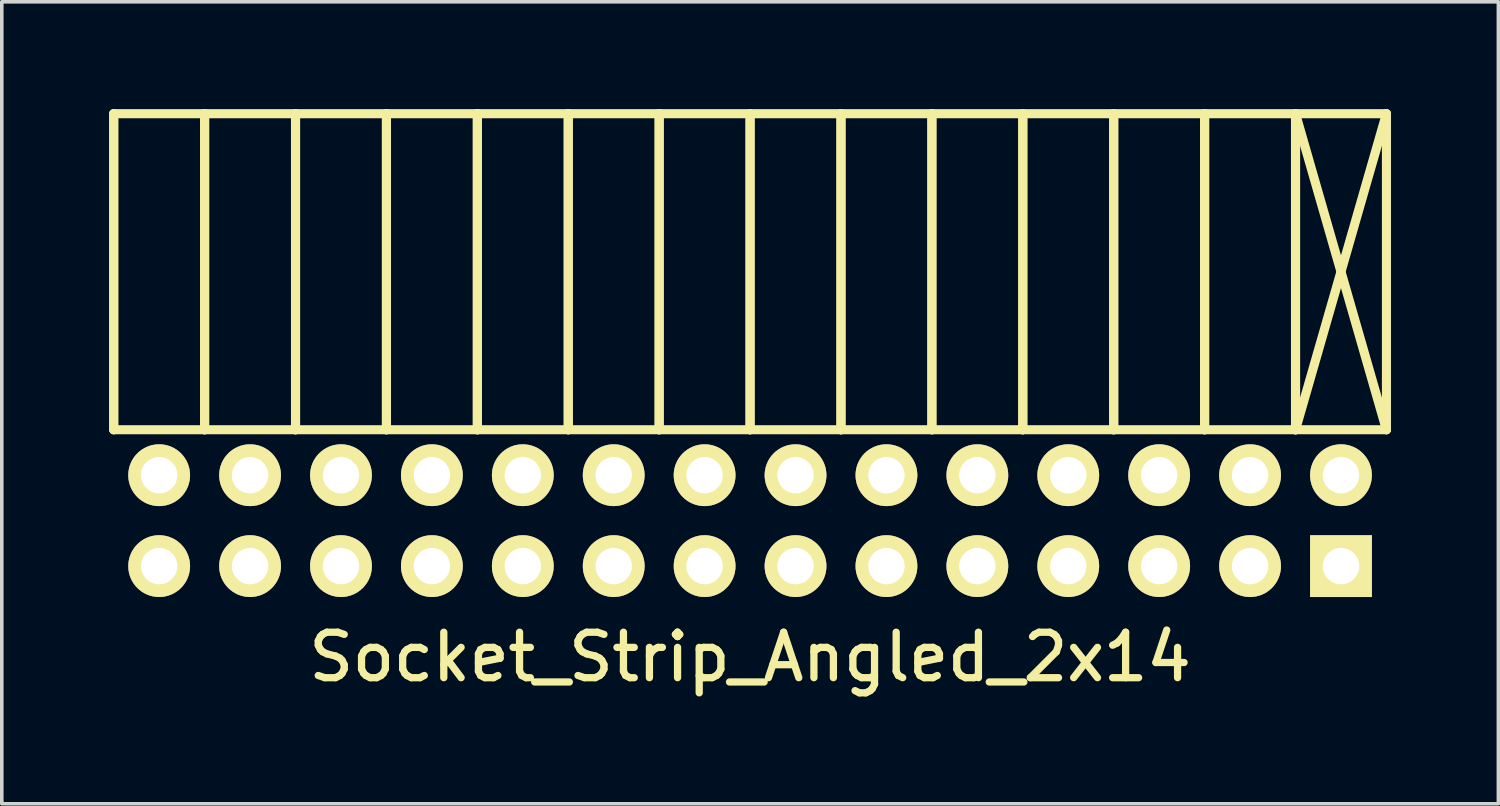
<source format=kicad_pcb>
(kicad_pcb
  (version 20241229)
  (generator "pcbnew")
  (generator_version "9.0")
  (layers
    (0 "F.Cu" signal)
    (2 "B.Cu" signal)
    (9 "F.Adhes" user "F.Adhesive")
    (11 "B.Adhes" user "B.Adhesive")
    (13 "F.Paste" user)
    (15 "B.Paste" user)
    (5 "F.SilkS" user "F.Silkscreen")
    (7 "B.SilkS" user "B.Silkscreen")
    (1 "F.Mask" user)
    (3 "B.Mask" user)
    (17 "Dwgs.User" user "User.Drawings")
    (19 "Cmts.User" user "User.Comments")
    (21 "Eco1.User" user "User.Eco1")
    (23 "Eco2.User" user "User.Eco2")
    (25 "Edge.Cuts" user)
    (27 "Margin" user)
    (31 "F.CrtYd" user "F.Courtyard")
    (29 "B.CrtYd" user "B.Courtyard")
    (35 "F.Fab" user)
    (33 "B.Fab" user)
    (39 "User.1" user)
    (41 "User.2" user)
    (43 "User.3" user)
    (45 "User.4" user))
  (footprint "Socket_Strip_Angled_2x14"
    (layer "F.Cu")
    (at 17.907 11.497)
    (property "Reference" "Socket_Strip_Angled_2x14" (at 0 3.81 0) (layer "F.SilkS") (effects (font (size 1.27 1.27) (thickness 0.203))))
    (attr through_hole)
    (fp_line (start -17.78 -11.37) (end -17.78 -2.54) (stroke (width 0.254) (type solid)) (layer "F.SilkS"))
    (fp_line (start -17.78 -2.54) (end -17.78 -11.37) (stroke (width 0.254) (type solid)) (layer "F.SilkS"))
    (fp_line (start -15.24 -11.37) (end -17.78 -11.37) (stroke (width 0.254) (type solid)) (layer "F.SilkS"))
    (fp_line (start -15.24 -11.37) (end -15.24 -2.54) (stroke (width 0.254) (type solid)) (layer "F.SilkS"))
    (fp_line (start -15.24 -2.54) (end -17.78 -2.54) (stroke (width 0.254) (type solid)) (layer "F.SilkS"))
    (fp_line (start -15.24 -2.54) (end -15.24 -11.37) (stroke (width 0.254) (type solid)) (layer "F.SilkS"))
    (fp_line (start -12.7 -11.37) (end -15.24 -11.37) (stroke (width 0.254) (type solid)) (layer "F.SilkS"))
    (fp_line (start -12.7 -11.37) (end -12.7 -2.54) (stroke (width 0.254) (type solid)) (layer "F.SilkS"))
    (fp_line (start -12.7 -2.54) (end -15.24 -2.54) (stroke (width 0.254) (type solid)) (layer "F.SilkS"))
    (fp_line (start -12.7 -2.54) (end -12.7 -11.37) (stroke (width 0.254) (type solid)) (layer "F.SilkS"))
    (fp_line (start -10.16 -11.37) (end -12.7 -11.37) (stroke (width 0.254) (type solid)) (layer "F.SilkS"))
    (fp_line (start -10.16 -11.37) (end -10.16 -2.54) (stroke (width 0.254) (type solid)) (layer "F.SilkS"))
    (fp_line (start -10.16 -2.54) (end -12.7 -2.54) (stroke (width 0.254) (type solid)) (layer "F.SilkS"))
    (fp_line (start -10.16 -2.54) (end -10.16 -11.37) (stroke (width 0.254) (type solid)) (layer "F.SilkS"))
    (fp_line (start -7.62 -11.37) (end -10.16 -11.37) (stroke (width 0.254) (type solid)) (layer "F.SilkS"))
    (fp_line (start -7.62 -11.37) (end -7.62 -2.54) (stroke (width 0.254) (type solid)) (layer "F.SilkS"))
    (fp_line (start -7.62 -2.54) (end -10.16 -2.54) (stroke (width 0.254) (type solid)) (layer "F.SilkS"))
    (fp_line (start -7.62 -2.54) (end -7.62 -11.37) (stroke (width 0.254) (type solid)) (layer "F.SilkS"))
    (fp_line (start -5.08 -11.37) (end -7.62 -11.37) (stroke (width 0.254) (type solid)) (layer "F.SilkS"))
    (fp_line (start -5.08 -11.37) (end -5.08 -2.54) (stroke (width 0.254) (type solid)) (layer "F.SilkS"))
    (fp_line (start -5.08 -2.54) (end -7.62 -2.54) (stroke (width 0.254) (type solid)) (layer "F.SilkS"))
    (fp_line (start -5.08 -2.54) (end -5.08 -11.37) (stroke (width 0.254) (type solid)) (layer "F.SilkS"))
    (fp_line (start -2.54 -11.37) (end -5.08 -11.37) (stroke (width 0.254) (type solid)) (layer "F.SilkS"))
    (fp_line (start -2.54 -11.37) (end -2.54 -2.54) (stroke (width 0.254) (type solid)) (layer "F.SilkS"))
    (fp_line (start -2.54 -2.54) (end -5.08 -2.54) (stroke (width 0.254) (type solid)) (layer "F.SilkS"))
    (fp_line (start -2.54 -2.54) (end -2.54 -11.37) (stroke (width 0.254) (type solid)) (layer "F.SilkS"))
    (fp_line (start 0 -11.37) (end -2.54 -11.37) (stroke (width 0.254) (type solid)) (layer "F.SilkS"))
    (fp_line (start 0 -11.37) (end 0 -2.54) (stroke (width 0.254) (type solid)) (layer "F.SilkS"))
    (fp_line (start 0 -2.54) (end -2.54 -2.54) (stroke (width 0.254) (type solid)) (layer "F.SilkS"))
    (fp_line (start 0 -2.54) (end 0 -11.37) (stroke (width 0.254) (type solid)) (layer "F.SilkS"))
    (fp_line (start 2.54 -11.37) (end 0 -11.37) (stroke (width 0.254) (type solid)) (layer "F.SilkS"))
    (fp_line (start 2.54 -11.37) (end 2.54 -2.54) (stroke (width 0.254) (type solid)) (layer "F.SilkS"))
    (fp_line (start 2.54 -2.54) (end 0 -2.54) (stroke (width 0.254) (type solid)) (layer "F.SilkS"))
    (fp_line (start 2.54 -2.54) (end 2.54 -11.37) (stroke (width 0.254) (type solid)) (layer "F.SilkS"))
    (fp_line (start 5.08 -11.37) (end 2.54 -11.37) (stroke (width 0.254) (type solid)) (layer "F.SilkS"))
    (fp_line (start 5.08 -11.37) (end 5.08 -2.54) (stroke (width 0.254) (type solid)) (layer "F.SilkS"))
    (fp_line (start 5.08 -2.54) (end 2.54 -2.54) (stroke (width 0.254) (type solid)) (layer "F.SilkS"))
    (fp_line (start 5.08 -2.54) (end 5.08 -11.37) (stroke (width 0.254) (type solid)) (layer "F.SilkS"))
    (fp_line (start 7.62 -11.37) (end 5.08 -11.37) (stroke (width 0.254) (type solid)) (layer "F.SilkS"))
    (fp_line (start 7.62 -11.37) (end 7.62 -2.54) (stroke (width 0.254) (type solid)) (layer "F.SilkS"))
    (fp_line (start 7.62 -2.54) (end 5.08 -2.54) (stroke (width 0.254) (type solid)) (layer "F.SilkS"))
    (fp_line (start 7.62 -2.54) (end 7.62 -11.37) (stroke (width 0.254) (type solid)) (layer "F.SilkS"))
    (fp_line (start 10.16 -11.37) (end 7.62 -11.37) (stroke (width 0.254) (type solid)) (layer "F.SilkS"))
    (fp_line (start 10.16 -11.37) (end 10.16 -2.54) (stroke (width 0.254) (type solid)) (layer "F.SilkS"))
    (fp_line (start 10.16 -2.54) (end 7.62 -2.54) (stroke (width 0.254) (type solid)) (layer "F.SilkS"))
    (fp_line (start 10.16 -2.54) (end 10.16 -11.37) (stroke (width 0.254) (type solid)) (layer "F.SilkS"))
    (fp_line (start 12.7 -11.37) (end 10.16 -11.37) (stroke (width 0.254) (type solid)) (layer "F.SilkS"))
    (fp_line (start 12.7 -11.37) (end 12.7 -2.54) (stroke (width 0.254) (type solid)) (layer "F.SilkS"))
    (fp_line (start 12.7 -2.54) (end 10.16 -2.54) (stroke (width 0.254) (type solid)) (layer "F.SilkS"))
    (fp_line (start 12.7 -2.54) (end 12.7 -11.37) (stroke (width 0.254) (type solid)) (layer "F.SilkS"))
    (fp_line (start 15.24 -11.37) (end 12.7 -11.37) (stroke (width 0.254) (type solid)) (layer "F.SilkS"))
    (fp_line (start 15.24 -11.37) (end 15.24 -2.54) (stroke (width 0.254) (type solid)) (layer "F.SilkS"))
    (fp_line (start 15.24 -2.54) (end 12.7 -2.54) (stroke (width 0.254) (type solid)) (layer "F.SilkS"))
    (fp_line (start 15.24 -2.54) (end 15.24 -11.37) (stroke (width 0.254) (type solid)) (layer "F.SilkS"))
    (fp_line (start 17.78 -11.37) (end 15.24 -11.37) (stroke (width 0.254) (type solid)) (layer "F.SilkS"))
    (fp_line (start 17.78 -11.37) (end 15.24 -2.54) (stroke (width 0.254) (type solid)) (layer "F.SilkS"))
    (fp_line (start 17.78 -2.54) (end 15.24 -11.37) (stroke (width 0.254) (type solid)) (layer "F.SilkS"))
    (fp_line (start 17.78 -2.54) (end 15.24 -2.54) (stroke (width 0.254) (type solid)) (layer "F.SilkS"))
    (fp_line (start 17.78 -2.54) (end 17.78 -11.37) (stroke (width 0.254) (type solid)) (layer "F.SilkS"))
    (pad "1" thru_hole rect (at 16.51 1.27 180) (size 1.727 1.727) (drill 1.016) (layers "*.Cu" "*.Mask" "F.SilkS"))
    (pad "2" thru_hole oval (at 16.51 -1.27 180) (size 1.727 1.727) (drill 1.016) (layers "*.Cu" "*.Mask" "F.SilkS"))
    (pad "3" thru_hole oval (at 13.97 1.27 180) (size 1.727 1.727) (drill 1.016) (layers "*.Cu" "*.Mask" "F.SilkS"))
    (pad "4" thru_hole oval (at 13.97 -1.27 180) (size 1.727 1.727) (drill 1.016) (layers "*.Cu" "*.Mask" "F.SilkS"))
    (pad "5" thru_hole oval (at 11.43 1.27 180) (size 1.727 1.727) (drill 1.016) (layers "*.Cu" "*.Mask" "F.SilkS"))
    (pad "6" thru_hole oval (at 11.43 -1.27 180) (size 1.727 1.727) (drill 1.016) (layers "*.Cu" "*.Mask" "F.SilkS"))
    (pad "7" thru_hole oval (at 8.89 1.27 180) (size 1.727 1.727) (drill 1.016) (layers "*.Cu" "*.Mask" "F.SilkS"))
    (pad "8" thru_hole oval (at 8.89 -1.27 180) (size 1.727 1.727) (drill 1.016) (layers "*.Cu" "*.Mask" "F.SilkS"))
    (pad "9" thru_hole oval (at 6.35 1.27 180) (size 1.727 1.727) (drill 1.016) (layers "*.Cu" "*.Mask" "F.SilkS"))
    (pad "10" thru_hole oval (at 6.35 -1.27 180) (size 1.727 1.727) (drill 1.016) (layers "*.Cu" "*.Mask" "F.SilkS"))
    (pad "11" thru_hole oval (at 3.81 1.27 180) (size 1.727 1.727) (drill 1.016) (layers "*.Cu" "*.Mask" "F.SilkS"))
    (pad "12" thru_hole oval (at 3.81 -1.27 180) (size 1.727 1.727) (drill 1.016) (layers "*.Cu" "*.Mask" "F.SilkS"))
    (pad "13" thru_hole oval (at 1.27 1.27 180) (size 1.727 1.727) (drill 1.016) (layers "*.Cu" "*.Mask" "F.SilkS"))
    (pad "14" thru_hole oval (at 1.27 -1.27 180) (size 1.727 1.727) (drill 1.016) (layers "*.Cu" "*.Mask" "F.SilkS"))
    (pad "15" thru_hole oval (at -1.27 1.27 180) (size 1.727 1.727) (drill 1.016) (layers "*.Cu" "*.Mask" "F.SilkS"))
    (pad "16" thru_hole oval (at -1.27 -1.27 180) (size 1.727 1.727) (drill 1.016) (layers "*.Cu" "*.Mask" "F.SilkS"))
    (pad "17" thru_hole oval (at -3.81 1.27 180) (size 1.727 1.727) (drill 1.016) (layers "*.Cu" "*.Mask" "F.SilkS"))
    (pad "18" thru_hole oval (at -3.81 -1.27 180) (size 1.727 1.727) (drill 1.016) (layers "*.Cu" "*.Mask" "F.SilkS"))
    (pad "19" thru_hole oval (at -6.35 1.27 180) (size 1.727 1.727) (drill 1.016) (layers "*.Cu" "*.Mask" "F.SilkS"))
    (pad "20" thru_hole oval (at -6.35 -1.27 180) (size 1.727 1.727) (drill 1.016) (layers "*.Cu" "*.Mask" "F.SilkS"))
    (pad "21" thru_hole oval (at -8.89 1.27 180) (size 1.727 1.727) (drill 1.016) (layers "*.Cu" "*.Mask" "F.SilkS"))
    (pad "22" thru_hole oval (at -8.89 -1.27 180) (size 1.727 1.727) (drill 1.016) (layers "*.Cu" "*.Mask" "F.SilkS"))
    (pad "23" thru_hole oval (at -11.43 1.27 180) (size 1.727 1.727) (drill 1.016) (layers "*.Cu" "*.Mask" "F.SilkS"))
    (pad "24" thru_hole oval (at -11.43 -1.27 180) (size 1.727 1.727) (drill 1.016) (layers "*.Cu" "*.Mask" "F.SilkS"))
    (pad "25" thru_hole oval (at -13.97 1.27 180) (size 1.727 1.727) (drill 1.016) (layers "*.Cu" "*.Mask" "F.SilkS"))
    (pad "26" thru_hole oval (at -13.97 -1.27 180) (size 1.727 1.727) (drill 1.016) (layers "*.Cu" "*.Mask" "F.SilkS"))
    (pad "27" thru_hole oval (at -16.51 1.27 180) (size 1.727 1.727) (drill 1.016) (layers "*.Cu" "*.Mask" "F.SilkS"))
    (pad "28" thru_hole oval (at -16.51 -1.27 180) (size 1.727 1.727) (drill 1.016) (layers "*.Cu" "*.Mask" "F.SilkS")))
  (gr_rect
    (start -3 -3)
    (end 38.814 19.407)
    (stroke (width 0.1) (type default))
    (fill no)
    (layer "Edge.Cuts")))
</source>
